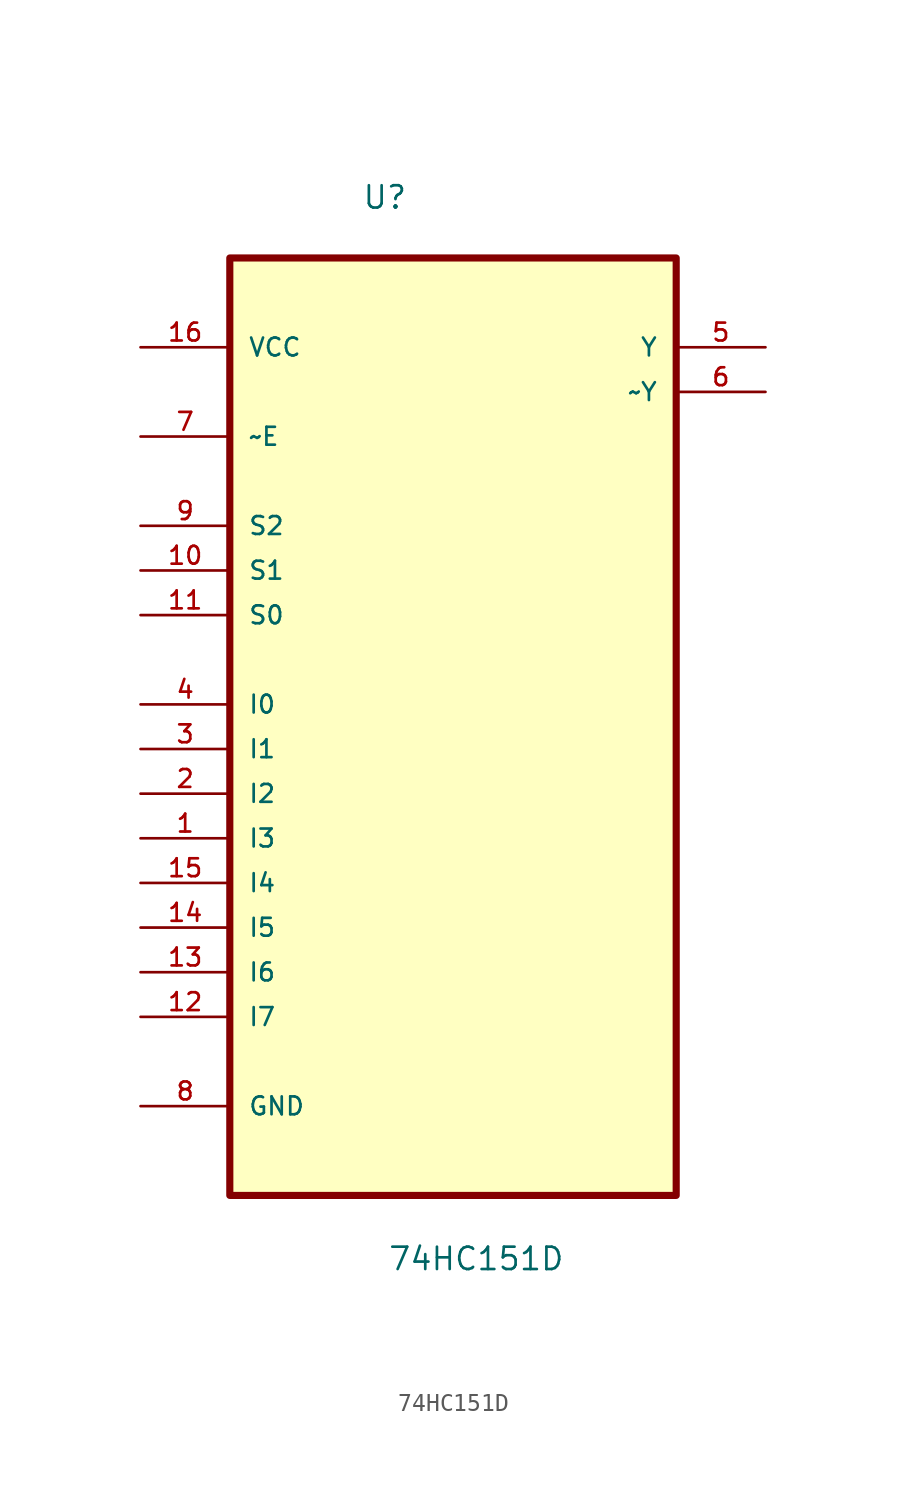
<source format=kicad_sym>
(kicad_symbol_lib
  (version 20211014)
  (generator kicad_symbol_editor)
  (symbol "74HC151D"
    (pin_names
      (offset 1.016))
    (property "Reference" "U"
      (at -5.189 25.566 0.0)
      (effects (font (size 1.27 1.27)) (justify bottom left)))
    (property "Value" "74HC151D"
      (at -3.735 -34.832 0.0)
      (effects (font (size 1.27 1.27)) (justify bottom left)))
    (symbol "74HC151D_0_0"
      (rectangle (start -12.7 -30.48) (end 12.7 22.86) (stroke (width 0.406)) (fill (type background)))
      (pin power_in line (at -17.78 17.78 0) (length 5.08) (name "VCC" (effects (font (size 1.016 1.016)))) (number "16" (effects (font (size 1.016 1.016)))))
      (pin input line (at -17.78 12.7 0) (length 5.08) (name "~E" (effects (font (size 1.016 1.016)))) (number "7" (effects (font (size 1.016 1.016)))))
      (pin input line (at -17.78 7.62 0) (length 5.08) (name "S2" (effects (font (size 1.016 1.016)))) (number "9" (effects (font (size 1.016 1.016)))))
      (pin input line (at -17.78 5.08 0) (length 5.08) (name "S1" (effects (font (size 1.016 1.016)))) (number "10" (effects (font (size 1.016 1.016)))))
      (pin input line (at -17.78 2.54 0) (length 5.08) (name "S0" (effects (font (size 1.016 1.016)))) (number "11" (effects (font (size 1.016 1.016)))))
      (pin input line (at -17.78 -2.54 0) (length 5.08) (name "I0" (effects (font (size 1.016 1.016)))) (number "4" (effects (font (size 1.016 1.016)))))
      (pin input line (at -17.78 -5.08 0) (length 5.08) (name "I1" (effects (font (size 1.016 1.016)))) (number "3" (effects (font (size 1.016 1.016)))))
      (pin input line (at -17.78 -7.62 0) (length 5.08) (name "I2" (effects (font (size 1.016 1.016)))) (number "2" (effects (font (size 1.016 1.016)))))
      (pin passive line (at -17.78 -10.16 0) (length 5.08) (name "I3" (effects (font (size 1.016 1.016)))) (number "1" (effects (font (size 1.016 1.016)))))
      (pin input line (at -17.78 -12.7 0) (length 5.08) (name "I4" (effects (font (size 1.016 1.016)))) (number "15" (effects (font (size 1.016 1.016)))))
      (pin input line (at -17.78 -15.24 0) (length 5.08) (name "I5" (effects (font (size 1.016 1.016)))) (number "14" (effects (font (size 1.016 1.016)))))
      (pin input line (at -17.78 -17.78 0) (length 5.08) (name "I6" (effects (font (size 1.016 1.016)))) (number "13" (effects (font (size 1.016 1.016)))))
      (pin input line (at -17.78 -20.32 0) (length 5.08) (name "I7" (effects (font (size 1.016 1.016)))) (number "12" (effects (font (size 1.016 1.016)))))
      (pin passive line (at -17.78 -25.4 0) (length 5.08) (name "GND" (effects (font (size 1.016 1.016)))) (number "8" (effects (font (size 1.016 1.016)))))
      (pin output line (at 17.78 17.78 180.0) (length 5.08) (name "Y" (effects (font (size 1.016 1.016)))) (number "5" (effects (font (size 1.016 1.016)))))
      (pin output line (at 17.78 15.24 180.0) (length 5.08) (name "~Y" (effects (font (size 1.016 1.016)))) (number "6" (effects (font (size 1.016 1.016))))))))
</source>
